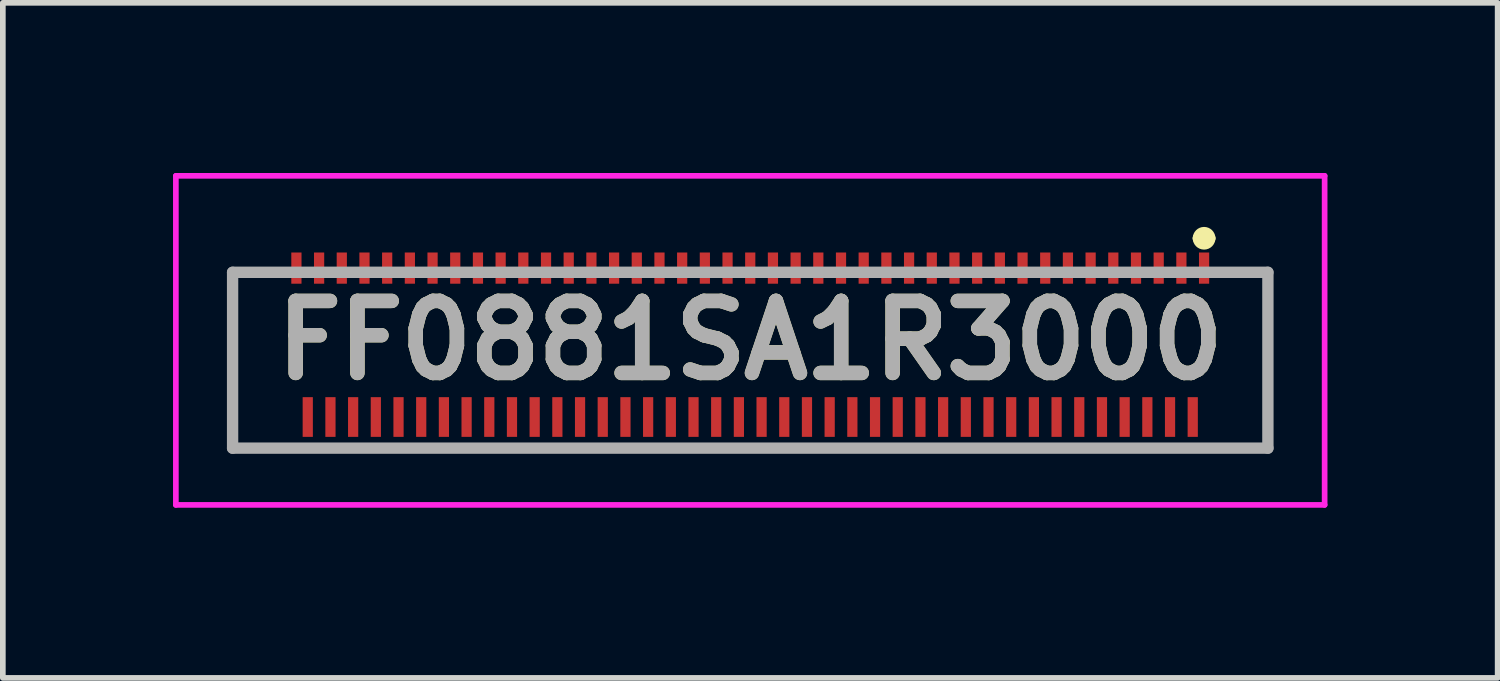
<source format=kicad_pcb>
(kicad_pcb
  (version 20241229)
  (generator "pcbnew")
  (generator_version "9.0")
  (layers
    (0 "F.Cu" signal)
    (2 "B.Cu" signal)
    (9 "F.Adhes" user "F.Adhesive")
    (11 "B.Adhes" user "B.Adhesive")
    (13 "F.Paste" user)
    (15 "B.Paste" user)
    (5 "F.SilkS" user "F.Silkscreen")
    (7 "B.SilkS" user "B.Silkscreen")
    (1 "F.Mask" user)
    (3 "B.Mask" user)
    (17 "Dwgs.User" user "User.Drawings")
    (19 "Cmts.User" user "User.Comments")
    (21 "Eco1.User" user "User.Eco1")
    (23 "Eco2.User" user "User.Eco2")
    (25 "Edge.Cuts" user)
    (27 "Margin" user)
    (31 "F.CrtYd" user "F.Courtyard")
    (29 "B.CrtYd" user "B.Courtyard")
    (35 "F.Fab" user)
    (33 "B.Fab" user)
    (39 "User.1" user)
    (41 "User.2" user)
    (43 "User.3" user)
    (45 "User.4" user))
  (footprint "FF0881SA1R3000"
    (layer "F.Cu")
    (at 10.175 2.95)
    (property "Reference" "FF0881SA1R3000" (at 0 0 0) (layer "F.SilkS") (effects (font (size 1.27 1.27) (thickness 0.254))))
    (attr smd)
    (fp_line (start -9.125 -1.2) (end -9.125 1.9) (stroke (width 0.1) (type solid)) (layer "F.SilkS"))
    (fp_line (start -9.125 1.9) (end 9.125 1.9) (stroke (width 0.1) (type solid)) (layer "F.SilkS"))
    (fp_line (start -8.4 -1.2) (end -9.125 -1.2) (stroke (width 0.1) (type solid)) (layer "F.SilkS"))
    (fp_line (start 7.9 -1.8) (end 7.9 -1.8) (stroke (width 0.2) (type solid)) (layer "F.SilkS"))
    (fp_line (start 8.1 -1.8) (end 8.1 -1.8) (stroke (width 0.2) (type solid)) (layer "F.SilkS"))
    (fp_line (start 9.125 -1.2) (end 8.4 -1.2) (stroke (width 0.1) (type solid)) (layer "F.SilkS"))
    (fp_line (start 9.125 1.9) (end 9.125 -1.2) (stroke (width 0.1) (type solid)) (layer "F.SilkS"))
    (fp_arc (start 7.9 -1.8) (mid 8 -1.9) (end 8.1 -1.8) (stroke (width 0.2) (type solid)) (layer "F.SilkS"))
    (fp_arc (start 8.1 -1.8) (mid 8 -1.7) (end 7.9 -1.8) (stroke (width 0.2) (type solid)) (layer "F.SilkS"))
    (fp_line (start -10.125 -2.9) (end 10.125 -2.9) (stroke (width 0.1) (type solid)) (layer "F.CrtYd"))
    (fp_line (start -10.125 2.9) (end -10.125 -2.9) (stroke (width 0.1) (type solid)) (layer "F.CrtYd"))
    (fp_line (start 10.125 -2.9) (end 10.125 2.9) (stroke (width 0.1) (type solid)) (layer "F.CrtYd"))
    (fp_line (start 10.125 2.9) (end -10.125 2.9) (stroke (width 0.1) (type solid)) (layer "F.CrtYd"))
    (fp_line (start -9.125 -1.2) (end 9.125 -1.2) (stroke (width 0.2) (type solid)) (layer "F.Fab"))
    (fp_line (start -9.125 1.9) (end -9.125 -1.2) (stroke (width 0.2) (type solid)) (layer "F.Fab"))
    (fp_line (start 9.125 -1.2) (end 9.125 1.9) (stroke (width 0.2) (type solid)) (layer "F.Fab"))
    (fp_line (start 9.125 1.9) (end -9.125 1.9) (stroke (width 0.2) (type solid)) (layer "F.Fab"))
    (fp_text user "${REFERENCE}" (at 0 0 0) (layer "F.Fab") (effects (font (size 1.27 1.27) (thickness 0.254))))
    (pad "1" smd rect (at 8 -1.274) (size 0.18 0.55) (layers "F.Cu" "F.Mask" "F.Paste"))
    (pad "2" smd rect (at 7.8 1.351) (size 0.18 0.7) (layers "F.Cu" "F.Mask" "F.Paste"))
    (pad "3" smd rect (at 7.6 -1.274) (size 0.18 0.55) (layers "F.Cu" "F.Mask" "F.Paste"))
    (pad "4" smd rect (at 7.4 1.351) (size 0.18 0.7) (layers "F.Cu" "F.Mask" "F.Paste"))
    (pad "5" smd rect (at 7.2 -1.274) (size 0.18 0.55) (layers "F.Cu" "F.Mask" "F.Paste"))
    (pad "6" smd rect (at 7 1.351) (size 0.18 0.7) (layers "F.Cu" "F.Mask" "F.Paste"))
    (pad "7" smd rect (at 6.8 -1.274) (size 0.18 0.55) (layers "F.Cu" "F.Mask" "F.Paste"))
    (pad "8" smd rect (at 6.6 1.351) (size 0.18 0.7) (layers "F.Cu" "F.Mask" "F.Paste"))
    (pad "9" smd rect (at 6.4 -1.274) (size 0.18 0.55) (layers "F.Cu" "F.Mask" "F.Paste"))
    (pad "10" smd rect (at 6.2 1.351) (size 0.18 0.7) (layers "F.Cu" "F.Mask" "F.Paste"))
    (pad "11" smd rect (at 6 -1.274) (size 0.18 0.55) (layers "F.Cu" "F.Mask" "F.Paste"))
    (pad "12" smd rect (at 5.8 1.351) (size 0.18 0.7) (layers "F.Cu" "F.Mask" "F.Paste"))
    (pad "13" smd rect (at 5.6 -1.274) (size 0.18 0.55) (layers "F.Cu" "F.Mask" "F.Paste"))
    (pad "14" smd rect (at 5.4 1.351) (size 0.18 0.7) (layers "F.Cu" "F.Mask" "F.Paste"))
    (pad "15" smd rect (at 5.2 -1.274) (size 0.18 0.55) (layers "F.Cu" "F.Mask" "F.Paste"))
    (pad "16" smd rect (at 5 1.351) (size 0.18 0.7) (layers "F.Cu" "F.Mask" "F.Paste"))
    (pad "17" smd rect (at 4.8 -1.274) (size 0.18 0.55) (layers "F.Cu" "F.Mask" "F.Paste"))
    (pad "18" smd rect (at 4.6 1.351) (size 0.18 0.7) (layers "F.Cu" "F.Mask" "F.Paste"))
    (pad "19" smd rect (at 4.4 -1.274) (size 0.18 0.55) (layers "F.Cu" "F.Mask" "F.Paste"))
    (pad "20" smd rect (at 4.2 1.351) (size 0.18 0.7) (layers "F.Cu" "F.Mask" "F.Paste"))
    (pad "21" smd rect (at 4 -1.274) (size 0.18 0.55) (layers "F.Cu" "F.Mask" "F.Paste"))
    (pad "22" smd rect (at 3.8 1.351) (size 0.18 0.7) (layers "F.Cu" "F.Mask" "F.Paste"))
    (pad "23" smd rect (at 3.6 -1.274) (size 0.18 0.55) (layers "F.Cu" "F.Mask" "F.Paste"))
    (pad "24" smd rect (at 3.4 1.351) (size 0.18 0.7) (layers "F.Cu" "F.Mask" "F.Paste"))
    (pad "25" smd rect (at 3.2 -1.274) (size 0.18 0.55) (layers "F.Cu" "F.Mask" "F.Paste"))
    (pad "26" smd rect (at 3 1.351) (size 0.18 0.7) (layers "F.Cu" "F.Mask" "F.Paste"))
    (pad "27" smd rect (at 2.8 -1.274) (size 0.18 0.55) (layers "F.Cu" "F.Mask" "F.Paste"))
    (pad "28" smd rect (at 2.6 1.351) (size 0.18 0.7) (layers "F.Cu" "F.Mask" "F.Paste"))
    (pad "29" smd rect (at 2.4 -1.274) (size 0.18 0.55) (layers "F.Cu" "F.Mask" "F.Paste"))
    (pad "30" smd rect (at 2.2 1.351) (size 0.18 0.7) (layers "F.Cu" "F.Mask" "F.Paste"))
    (pad "31" smd rect (at 2 -1.274) (size 0.18 0.55) (layers "F.Cu" "F.Mask" "F.Paste"))
    (pad "32" smd rect (at 1.8 1.351) (size 0.18 0.7) (layers "F.Cu" "F.Mask" "F.Paste"))
    (pad "33" smd rect (at 1.6 -1.274) (size 0.18 0.55) (layers "F.Cu" "F.Mask" "F.Paste"))
    (pad "34" smd rect (at 1.4 1.351) (size 0.18 0.7) (layers "F.Cu" "F.Mask" "F.Paste"))
    (pad "35" smd rect (at 1.2 -1.274) (size 0.18 0.55) (layers "F.Cu" "F.Mask" "F.Paste"))
    (pad "36" smd rect (at 1 1.351) (size 0.18 0.7) (layers "F.Cu" "F.Mask" "F.Paste"))
    (pad "37" smd rect (at 0.8 -1.274) (size 0.18 0.55) (layers "F.Cu" "F.Mask" "F.Paste"))
    (pad "38" smd rect (at 0.6 1.351) (size 0.18 0.7) (layers "F.Cu" "F.Mask" "F.Paste"))
    (pad "39" smd rect (at 0.4 -1.274) (size 0.18 0.55) (layers "F.Cu" "F.Mask" "F.Paste"))
    (pad "40" smd rect (at 0.2 1.351) (size 0.18 0.7) (layers "F.Cu" "F.Mask" "F.Paste"))
    (pad "41" smd rect (at 0 -1.274) (size 0.18 0.55) (layers "F.Cu" "F.Mask" "F.Paste"))
    (pad "42" smd rect (at -0.2 1.351) (size 0.18 0.7) (layers "F.Cu" "F.Mask" "F.Paste"))
    (pad "43" smd rect (at -0.4 -1.274) (size 0.18 0.55) (layers "F.Cu" "F.Mask" "F.Paste"))
    (pad "44" smd rect (at -0.6 1.351) (size 0.18 0.7) (layers "F.Cu" "F.Mask" "F.Paste"))
    (pad "45" smd rect (at -0.8 -1.274) (size 0.18 0.55) (layers "F.Cu" "F.Mask" "F.Paste"))
    (pad "46" smd rect (at -1 1.351) (size 0.18 0.7) (layers "F.Cu" "F.Mask" "F.Paste"))
    (pad "47" smd rect (at -1.2 -1.274) (size 0.18 0.55) (layers "F.Cu" "F.Mask" "F.Paste"))
    (pad "48" smd rect (at -1.4 1.351) (size 0.18 0.7) (layers "F.Cu" "F.Mask" "F.Paste"))
    (pad "49" smd rect (at -1.6 -1.274) (size 0.18 0.55) (layers "F.Cu" "F.Mask" "F.Paste"))
    (pad "50" smd rect (at -1.8 1.351) (size 0.18 0.7) (layers "F.Cu" "F.Mask" "F.Paste"))
    (pad "51" smd rect (at -2 -1.274) (size 0.18 0.55) (layers "F.Cu" "F.Mask" "F.Paste"))
    (pad "52" smd rect (at -2.2 1.351) (size 0.18 0.7) (layers "F.Cu" "F.Mask" "F.Paste"))
    (pad "53" smd rect (at -2.4 -1.274) (size 0.18 0.55) (layers "F.Cu" "F.Mask" "F.Paste"))
    (pad "54" smd rect (at -2.6 1.351) (size 0.18 0.7) (layers "F.Cu" "F.Mask" "F.Paste"))
    (pad "55" smd rect (at -2.8 -1.274) (size 0.18 0.55) (layers "F.Cu" "F.Mask" "F.Paste"))
    (pad "56" smd rect (at -3 1.351) (size 0.18 0.7) (layers "F.Cu" "F.Mask" "F.Paste"))
    (pad "57" smd rect (at -3.2 -1.274) (size 0.18 0.55) (layers "F.Cu" "F.Mask" "F.Paste"))
    (pad "58" smd rect (at -3.4 1.351) (size 0.18 0.7) (layers "F.Cu" "F.Mask" "F.Paste"))
    (pad "59" smd rect (at -3.6 -1.274) (size 0.18 0.55) (layers "F.Cu" "F.Mask" "F.Paste"))
    (pad "60" smd rect (at -3.8 1.351) (size 0.18 0.7) (layers "F.Cu" "F.Mask" "F.Paste"))
    (pad "61" smd rect (at -4 -1.274) (size 0.18 0.55) (layers "F.Cu" "F.Mask" "F.Paste"))
    (pad "62" smd rect (at -4.2 1.351) (size 0.18 0.7) (layers "F.Cu" "F.Mask" "F.Paste"))
    (pad "63" smd rect (at -4.4 -1.274) (size 0.18 0.55) (layers "F.Cu" "F.Mask" "F.Paste"))
    (pad "64" smd rect (at -4.6 1.351) (size 0.18 0.7) (layers "F.Cu" "F.Mask" "F.Paste"))
    (pad "65" smd rect (at -4.8 -1.274) (size 0.18 0.55) (layers "F.Cu" "F.Mask" "F.Paste"))
    (pad "66" smd rect (at -5 1.351) (size 0.18 0.7) (layers "F.Cu" "F.Mask" "F.Paste"))
    (pad "67" smd rect (at -5.2 -1.274) (size 0.18 0.55) (layers "F.Cu" "F.Mask" "F.Paste"))
    (pad "68" smd rect (at -5.4 1.351) (size 0.18 0.7) (layers "F.Cu" "F.Mask" "F.Paste"))
    (pad "69" smd rect (at -5.6 -1.274) (size 0.18 0.55) (layers "F.Cu" "F.Mask" "F.Paste"))
    (pad "70" smd rect (at -5.8 1.351) (size 0.18 0.7) (layers "F.Cu" "F.Mask" "F.Paste"))
    (pad "71" smd rect (at -6 -1.274) (size 0.18 0.55) (layers "F.Cu" "F.Mask" "F.Paste"))
    (pad "72" smd rect (at -6.2 1.351) (size 0.18 0.7) (layers "F.Cu" "F.Mask" "F.Paste"))
    (pad "73" smd rect (at -6.4 -1.274) (size 0.18 0.55) (layers "F.Cu" "F.Mask" "F.Paste"))
    (pad "74" smd rect (at -6.6 1.351) (size 0.18 0.7) (layers "F.Cu" "F.Mask" "F.Paste"))
    (pad "75" smd rect (at -6.8 -1.274) (size 0.18 0.55) (layers "F.Cu" "F.Mask" "F.Paste"))
    (pad "76" smd rect (at -7 1.351) (size 0.18 0.7) (layers "F.Cu" "F.Mask" "F.Paste"))
    (pad "77" smd rect (at -7.2 -1.274) (size 0.18 0.55) (layers "F.Cu" "F.Mask" "F.Paste"))
    (pad "78" smd rect (at -7.4 1.351) (size 0.18 0.7) (layers "F.Cu" "F.Mask" "F.Paste"))
    (pad "79" smd rect (at -7.6 -1.274) (size 0.18 0.55) (layers "F.Cu" "F.Mask" "F.Paste"))
    (pad "80" smd rect (at -7.8 1.351) (size 0.18 0.7) (layers "F.Cu" "F.Mask" "F.Paste"))
    (pad "81" smd rect (at -8 -1.274) (size 0.18 0.55) (layers "F.Cu" "F.Mask" "F.Paste")))
  (gr_rect
    (start -3 -3)
    (end 23.35 8.9)
    (stroke (width 0.1) (type default))
    (fill no)
    (layer "Edge.Cuts")))
</source>
